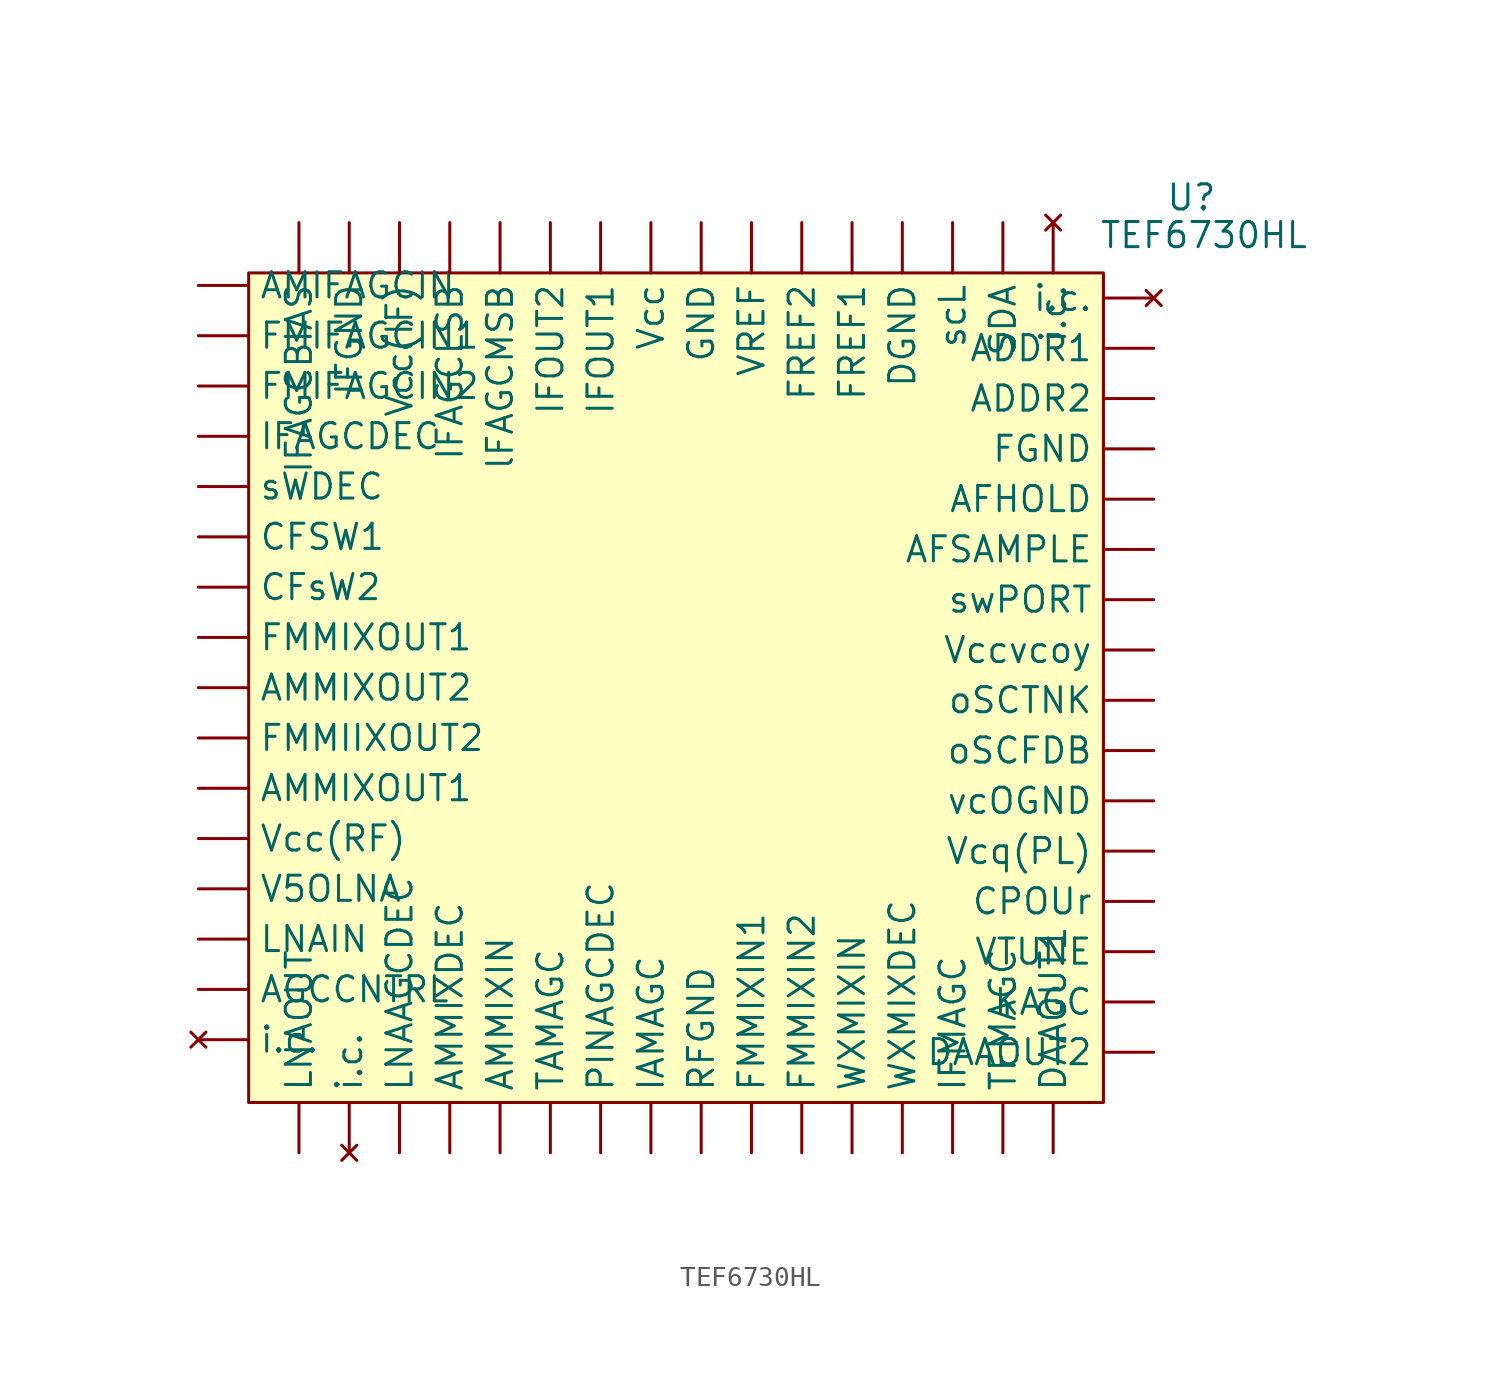
<source format=kicad_sym>
(kicad_symbol_lib
  (version 20211014)
  (generator kicad_symbol_editor)
  (symbol "TEF6730HL"
    (property "Reference" "U"
      (at 50.165 4.445 0)
      (effects (font (size 1.27 1.27))))
    (property "Value" "TEF6730HL"
      (at 50.8 2.54 0)
      (effects (font (size 1.27 1.27))))
    (symbol "TEF6730HL_0_0"
      (pin unspecified line (at 48.26 -3.175 180) (length 2.54) (name "ADDR1" (effects (font (size 1.27 1.27)))) (number "" (effects (font (size 1.27 1.27)))))
      (pin unspecified line (at 48.26 -5.715 180) (length 2.54) (name "ADDR2" (effects (font (size 1.27 1.27)))) (number "" (effects (font (size 1.27 1.27)))))
      (pin unspecified line (at 48.26 -10.795 180) (length 2.54) (name "AFHOLD" (effects (font (size 1.27 1.27)))) (number "" (effects (font (size 1.27 1.27)))))
      (pin unspecified line (at 48.26 -13.335 180) (length 2.54) (name "AFSAMPLE" (effects (font (size 1.27 1.27)))) (number "" (effects (font (size 1.27 1.27)))))
      (pin unspecified line (at 0 -35.56 0) (length 2.54) (name "AGCCNTRL" (effects (font (size 1.27 1.27)))) (number "" (effects (font (size 1.27 1.27)))))
      (pin unspecified line (at 0 0 0) (length 2.54) (name "AMIFAGCIN" (effects (font (size 1.27 1.27)))) (number "" (effects (font (size 1.27 1.27)))))
      (pin unspecified line (at 12.7 -43.815 90) (length 2.54) (name "AMMIXDEC" (effects (font (size 1.27 1.27)))) (number "" (effects (font (size 1.27 1.27)))))
      (pin unspecified line (at 15.24 -43.815 90) (length 2.54) (name "AMMIXIN" (effects (font (size 1.27 1.27)))) (number "" (effects (font (size 1.27 1.27)))))
      (pin unspecified line (at 0 -25.4 0) (length 2.54) (name "AMMIXOUT1" (effects (font (size 1.27 1.27)))) (number "" (effects (font (size 1.27 1.27)))))
      (pin unspecified line (at 0 -20.32 0) (length 2.54) (name "AMMIXOUT2" (effects (font (size 1.27 1.27)))) (number "" (effects (font (size 1.27 1.27)))))
      (pin unspecified line (at 0 -12.7 0) (length 2.54) (name "CFSW1" (effects (font (size 1.27 1.27)))) (number "" (effects (font (size 1.27 1.27)))))
      (pin unspecified line (at 0 -15.24 0) (length 2.54) (name "CFsW2" (effects (font (size 1.27 1.27)))) (number "" (effects (font (size 1.27 1.27)))))
      (pin unspecified line (at 48.26 -31.115 180) (length 2.54) (name "CPOUr" (effects (font (size 1.27 1.27)))) (number "" (effects (font (size 1.27 1.27)))))
      (pin unspecified line (at 43.18 -43.815 90) (length 2.54) (name "DAAOUT1" (effects (font (size 1.27 1.27)))) (number "" (effects (font (size 1.27 1.27)))))
      (pin unspecified line (at 48.26 -38.735 180) (length 2.54) (name "DAAOUT2" (effects (font (size 1.27 1.27)))) (number "" (effects (font (size 1.27 1.27)))))
      (pin unspecified line (at 35.56 3.175 270) (length 2.54) (name "DGND" (effects (font (size 1.27 1.27)))) (number "" (effects (font (size 1.27 1.27)))))
      (pin unspecified line (at 48.26 -8.255 180) (length 2.54) (name "FGND" (effects (font (size 1.27 1.27)))) (number "" (effects (font (size 1.27 1.27)))))
      (pin unspecified line (at 0 -2.54 0) (length 2.54) (name "FMIFAGCIN1" (effects (font (size 1.27 1.27)))) (number "" (effects (font (size 1.27 1.27)))))
      (pin unspecified line (at 0 -5.08 0) (length 2.54) (name "FMIFAGCIN2" (effects (font (size 1.27 1.27)))) (number "" (effects (font (size 1.27 1.27)))))
      (pin unspecified line (at 0 -22.86 0) (length 2.54) (name "FMMIIXOUT2" (effects (font (size 1.27 1.27)))) (number "" (effects (font (size 1.27 1.27)))))
      (pin unspecified line (at 27.94 -43.815 90) (length 2.54) (name "FMMIXIN1" (effects (font (size 1.27 1.27)))) (number "" (effects (font (size 1.27 1.27)))))
      (pin unspecified line (at 30.48 -43.815 90) (length 2.54) (name "FMMIXIN2" (effects (font (size 1.27 1.27)))) (number "" (effects (font (size 1.27 1.27)))))
      (pin unspecified line (at 0 -17.78 0) (length 2.54) (name "FMMIXOUT1" (effects (font (size 1.27 1.27)))) (number "" (effects (font (size 1.27 1.27)))))
      (pin unspecified line (at 33.02 3.175 270) (length 2.54) (name "FREF1" (effects (font (size 1.27 1.27)))) (number "" (effects (font (size 1.27 1.27)))))
      (pin unspecified line (at 30.48 3.175 270) (length 2.54) (name "FREF2" (effects (font (size 1.27 1.27)))) (number "" (effects (font (size 1.27 1.27)))))
      (pin unspecified line (at 25.4 3.175 270) (length 2.54) (name "GND" (effects (font (size 1.27 1.27)))) (number "" (effects (font (size 1.27 1.27)))))
      (pin no_connect line (at 0 -38.1 0) (length 2.54) (name "i.c." (effects (font (size 1.27 1.27)))) (number "" (effects (font (size 1.27 1.27)))))
      (pin no_connect line (at 7.62 -43.815 90) (length 2.54) (name "i.c." (effects (font (size 1.27 1.27)))) (number "" (effects (font (size 1.27 1.27)))))
      (pin no_connect line (at 43.18 3.175 270) (length 2.54) (name "i.c." (effects (font (size 1.27 1.27)))) (number "" (effects (font (size 1.27 1.27)))))
      (pin no_connect line (at 48.26 -0.635 180) (length 2.54) (name "i.c." (effects (font (size 1.27 1.27)))) (number "" (effects (font (size 1.27 1.27)))))
      (pin unspecified line (at 22.86 -43.815 90) (length 2.54) (name "IAMAGC" (effects (font (size 1.27 1.27)))) (number "" (effects (font (size 1.27 1.27)))))
      (pin unspecified line (at 5.08 3.175 270) (length 2.54) (name "IFAGCBIAS" (effects (font (size 1.27 1.27)))) (number "" (effects (font (size 1.27 1.27)))))
      (pin unspecified line (at 0 -7.62 0) (length 2.54) (name "IFAGCDEC" (effects (font (size 1.27 1.27)))) (number "" (effects (font (size 1.27 1.27)))))
      (pin unspecified line (at 12.7 3.175 270) (length 2.54) (name "IFAGCLSB" (effects (font (size 1.27 1.27)))) (number "" (effects (font (size 1.27 1.27)))))
      (pin unspecified line (at 7.62 3.175 270) (length 2.54) (name "IFGND" (effects (font (size 1.27 1.27)))) (number "" (effects (font (size 1.27 1.27)))))
      (pin unspecified line (at 38.1 -43.815 90) (length 2.54) (name "IFMAGC" (effects (font (size 1.27 1.27)))) (number "" (effects (font (size 1.27 1.27)))))
      (pin unspecified line (at 20.32 3.175 270) (length 2.54) (name "IFOUT1" (effects (font (size 1.27 1.27)))) (number "" (effects (font (size 1.27 1.27)))))
      (pin unspecified line (at 17.78 3.175 270) (length 2.54) (name "IFOUT2" (effects (font (size 1.27 1.27)))) (number "" (effects (font (size 1.27 1.27)))))
      (pin unspecified line (at 48.26 -36.195 180) (length 2.54) (name "KAGC" (effects (font (size 1.27 1.27)))) (number "" (effects (font (size 1.27 1.27)))))
      (pin unspecified line (at 15.24 3.175 270) (length 2.54) (name "lFAGCMSB" (effects (font (size 1.27 1.27)))) (number "" (effects (font (size 1.27 1.27)))))
      (pin unspecified line (at 10.16 -43.815 90) (length 2.54) (name "LNAAGCDEC" (effects (font (size 1.27 1.27)))) (number "" (effects (font (size 1.27 1.27)))))
      (pin unspecified line (at 0 -33.02 0) (length 2.54) (name "LNAIN" (effects (font (size 1.27 1.27)))) (number "" (effects (font (size 1.27 1.27)))))
      (pin unspecified line (at 5.08 -43.815 90) (length 2.54) (name "LNAOUT" (effects (font (size 1.27 1.27)))) (number "" (effects (font (size 1.27 1.27)))))
      (pin unspecified line (at 48.26 -23.495 180) (length 2.54) (name "oSCFDB" (effects (font (size 1.27 1.27)))) (number "" (effects (font (size 1.27 1.27)))))
      (pin unspecified line (at 48.26 -20.955 180) (length 2.54) (name "oSCTNK" (effects (font (size 1.27 1.27)))) (number "" (effects (font (size 1.27 1.27)))))
      (pin unspecified line (at 20.32 -43.815 90) (length 2.54) (name "PINAGCDEC" (effects (font (size 1.27 1.27)))) (number "" (effects (font (size 1.27 1.27)))))
      (pin unspecified line (at 25.4 -43.815 90) (length 2.54) (name "RFGND" (effects (font (size 1.27 1.27)))) (number "" (effects (font (size 1.27 1.27)))))
      (pin unspecified line (at 38.1 3.175 270) (length 2.54) (name "scL" (effects (font (size 1.27 1.27)))) (number "" (effects (font (size 1.27 1.27)))))
      (pin unspecified line (at 40.64 3.175 270) (length 2.54) (name "SDA" (effects (font (size 1.27 1.27)))) (number "" (effects (font (size 1.27 1.27)))))
      (pin unspecified line (at 0 -10.16 0) (length 2.54) (name "sWDEC" (effects (font (size 1.27 1.27)))) (number "" (effects (font (size 1.27 1.27)))))
      (pin unspecified line (at 48.26 -15.875 180) (length 2.54) (name "swPORT" (effects (font (size 1.27 1.27)))) (number "" (effects (font (size 1.27 1.27)))))
      (pin unspecified line (at 17.78 -43.815 90) (length 2.54) (name "TAMAGC" (effects (font (size 1.27 1.27)))) (number "" (effects (font (size 1.27 1.27)))))
      (pin unspecified line (at 40.64 -43.815 90) (length 2.54) (name "TFMAGC" (effects (font (size 1.27 1.27)))) (number "" (effects (font (size 1.27 1.27)))))
      (pin unspecified line (at 0 -30.48 0) (length 2.54) (name "V5OLNA" (effects (font (size 1.27 1.27)))) (number "" (effects (font (size 1.27 1.27)))))
      (pin unspecified line (at 22.86 3.175 270) (length 2.54) (name "Vcc" (effects (font (size 1.27 1.27)))) (number "" (effects (font (size 1.27 1.27)))))
      (pin unspecified line (at 10.16 3.175 270) (length 2.54) (name "Vcc(IF)" (effects (font (size 1.27 1.27)))) (number "" (effects (font (size 1.27 1.27)))))
      (pin unspecified line (at 0 -27.94 0) (length 2.54) (name "Vcc(RF)" (effects (font (size 1.27 1.27)))) (number "" (effects (font (size 1.27 1.27)))))
      (pin unspecified line (at 48.26 -18.415 180) (length 2.54) (name "Vccvcoy" (effects (font (size 1.27 1.27)))) (number "" (effects (font (size 1.27 1.27)))))
      (pin unspecified line (at 48.26 -26.035 180) (length 2.54) (name "vcOGND" (effects (font (size 1.27 1.27)))) (number "" (effects (font (size 1.27 1.27)))))
      (pin unspecified line (at 48.26 -28.575 180) (length 2.54) (name "Vcq(PL)" (effects (font (size 1.27 1.27)))) (number "" (effects (font (size 1.27 1.27)))))
      (pin unspecified line (at 27.94 3.175 270) (length 2.54) (name "VREF" (effects (font (size 1.27 1.27)))) (number "" (effects (font (size 1.27 1.27)))))
      (pin unspecified line (at 48.26 -33.655 180) (length 2.54) (name "VTUNE" (effects (font (size 1.27 1.27)))) (number "" (effects (font (size 1.27 1.27)))))
      (pin unspecified line (at 35.56 -43.815 90) (length 2.54) (name "WXMIXDEC" (effects (font (size 1.27 1.27)))) (number "" (effects (font (size 1.27 1.27)))))
      (pin unspecified line (at 33.02 -43.815 90) (length 2.54) (name "WXMIXIN" (effects (font (size 1.27 1.27)))) (number "" (effects (font (size 1.27 1.27))))))
    (symbol "TEF6730HL_0_1"
      (rectangle (start 2.54 0.635) (end 45.72 -41.275) (stroke (width 0) (type default) (color 0 0 0 0)) (fill (type background))))))
</source>
